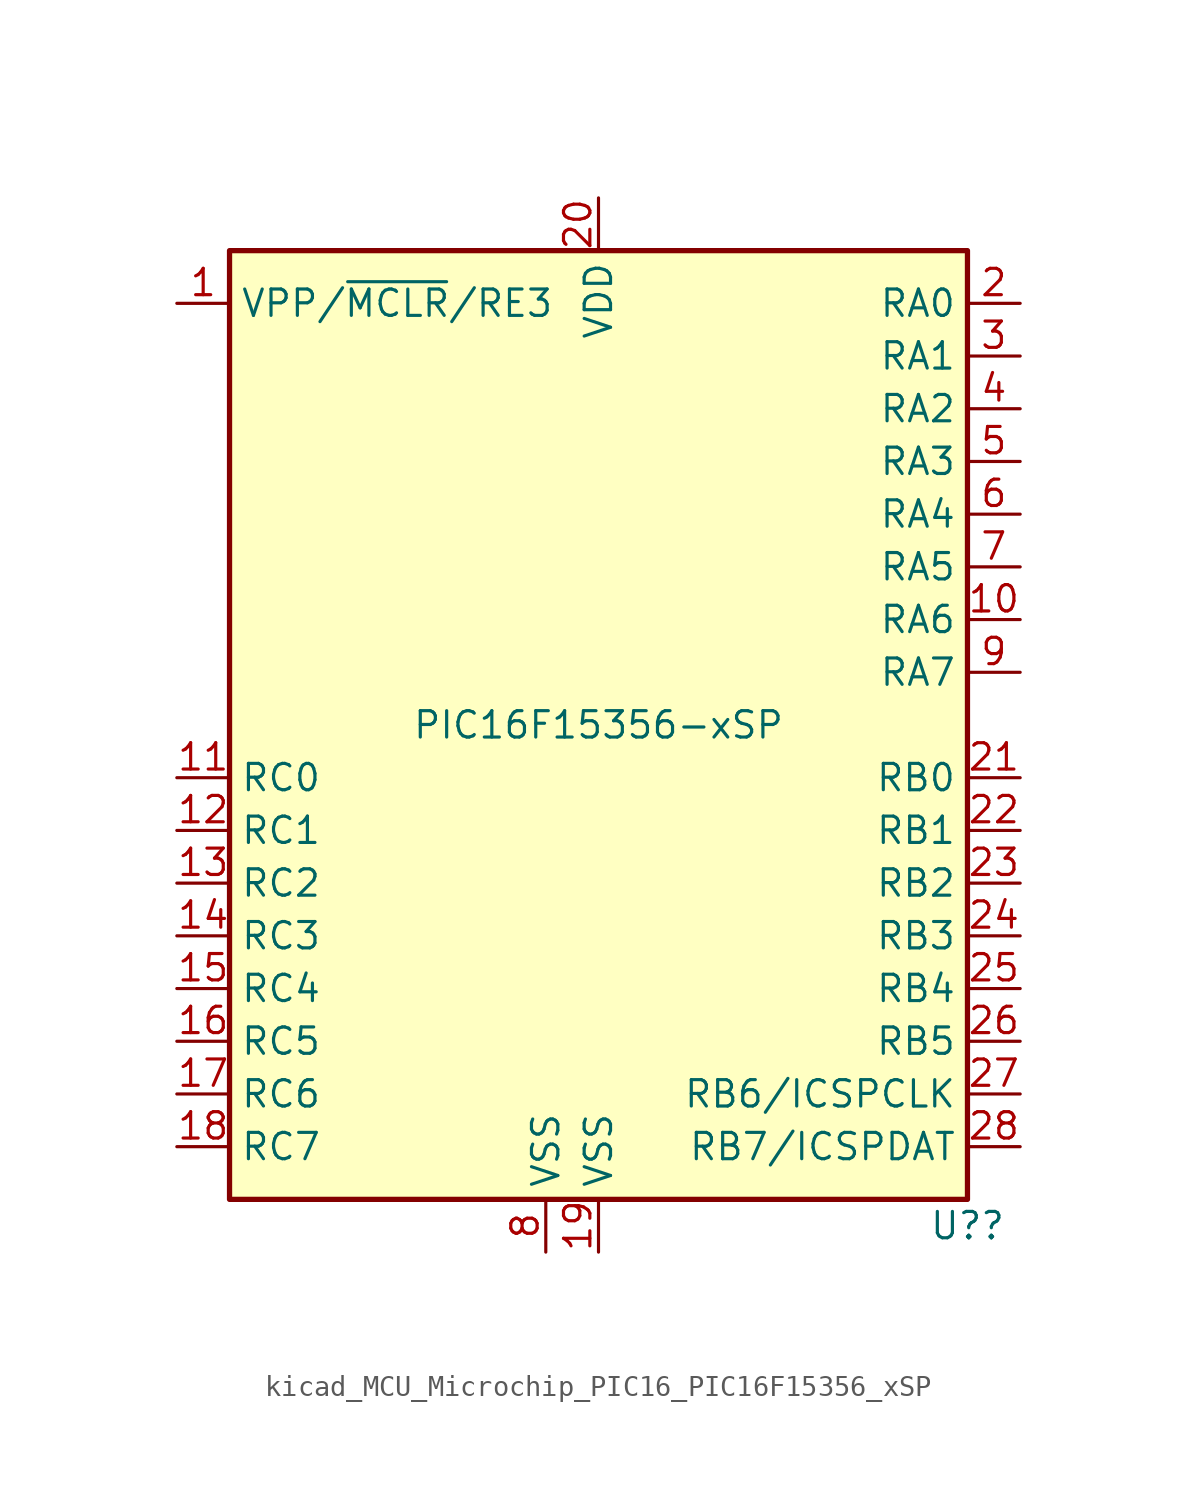
<source format=kicad_sym>
(kicad_symbol_lib
  (version 20220914)
  (generator kicad_symbol_editor)
  (symbol "kicad_MCU_Microchip_PIC16_PIC16F15356_xSP"
    (property "Reference" "U?"
      (at 17.78 -24.13 0)
      (effects (font (size 1.27 1.27))))
    (property "Value" "PIC16F15356-xSP"
      (at 0 0 0)
      (effects (font (size 1.27 1.27))))
    (symbol "kicad_MCU_Microchip_PIC16_PIC16F15356_xSP_0_1"
      (rectangle (start 17.78 22.86) (end -17.78 -22.86) (stroke (width 0.254) (type default)) (fill (type background))))
    (symbol "kicad_MCU_Microchip_PIC16_PIC16F15356_xSP_1_1"
      (pin bidirectional line (at -20.32 20.32 0) (length 2.54) (name "VPP/~{MCLR}/RE3" (effects (font (size 1.27 1.27)))) (number "1" (effects (font (size 1.27 1.27)))))
      (pin bidirectional line (at 20.32 5.08 180) (length 2.54) (name "RA6" (effects (font (size 1.27 1.27)))) (number "10" (effects (font (size 1.27 1.27)))))
      (pin bidirectional line (at -20.32 -2.54 0) (length 2.54) (name "RC0" (effects (font (size 1.27 1.27)))) (number "11" (effects (font (size 1.27 1.27)))))
      (pin bidirectional line (at -20.32 -5.08 0) (length 2.54) (name "RC1" (effects (font (size 1.27 1.27)))) (number "12" (effects (font (size 1.27 1.27)))))
      (pin bidirectional line (at -20.32 -7.62 0) (length 2.54) (name "RC2" (effects (font (size 1.27 1.27)))) (number "13" (effects (font (size 1.27 1.27)))))
      (pin bidirectional line (at -20.32 -10.16 0) (length 2.54) (name "RC3" (effects (font (size 1.27 1.27)))) (number "14" (effects (font (size 1.27 1.27)))))
      (pin bidirectional line (at -20.32 -12.7 0) (length 2.54) (name "RC4" (effects (font (size 1.27 1.27)))) (number "15" (effects (font (size 1.27 1.27)))))
      (pin bidirectional line (at -20.32 -15.24 0) (length 2.54) (name "RC5" (effects (font (size 1.27 1.27)))) (number "16" (effects (font (size 1.27 1.27)))))
      (pin bidirectional line (at -20.32 -17.78 0) (length 2.54) (name "RC6" (effects (font (size 1.27 1.27)))) (number "17" (effects (font (size 1.27 1.27)))))
      (pin bidirectional line (at -20.32 -20.32 0) (length 2.54) (name "RC7" (effects (font (size 1.27 1.27)))) (number "18" (effects (font (size 1.27 1.27)))))
      (pin power_in line (at 0 -25.4 90) (length 2.54) (name "VSS" (effects (font (size 1.27 1.27)))) (number "19" (effects (font (size 1.27 1.27)))))
      (pin bidirectional line (at 20.32 20.32 180) (length 2.54) (name "RA0" (effects (font (size 1.27 1.27)))) (number "2" (effects (font (size 1.27 1.27)))))
      (pin power_in line (at 0 25.4 270) (length 2.54) (name "VDD" (effects (font (size 1.27 1.27)))) (number "20" (effects (font (size 1.27 1.27)))))
      (pin bidirectional line (at 20.32 -2.54 180) (length 2.54) (name "RB0" (effects (font (size 1.27 1.27)))) (number "21" (effects (font (size 1.27 1.27)))))
      (pin bidirectional line (at 20.32 -5.08 180) (length 2.54) (name "RB1" (effects (font (size 1.27 1.27)))) (number "22" (effects (font (size 1.27 1.27)))))
      (pin bidirectional line (at 20.32 -7.62 180) (length 2.54) (name "RB2" (effects (font (size 1.27 1.27)))) (number "23" (effects (font (size 1.27 1.27)))))
      (pin bidirectional line (at 20.32 -10.16 180) (length 2.54) (name "RB3" (effects (font (size 1.27 1.27)))) (number "24" (effects (font (size 1.27 1.27)))))
      (pin bidirectional line (at 20.32 -12.7 180) (length 2.54) (name "RB4" (effects (font (size 1.27 1.27)))) (number "25" (effects (font (size 1.27 1.27)))))
      (pin bidirectional line (at 20.32 -15.24 180) (length 2.54) (name "RB5" (effects (font (size 1.27 1.27)))) (number "26" (effects (font (size 1.27 1.27)))))
      (pin bidirectional line (at 20.32 -17.78 180) (length 2.54) (name "RB6/ICSPCLK" (effects (font (size 1.27 1.27)))) (number "27" (effects (font (size 1.27 1.27)))))
      (pin bidirectional line (at 20.32 -20.32 180) (length 2.54) (name "RB7/ICSPDAT" (effects (font (size 1.27 1.27)))) (number "28" (effects (font (size 1.27 1.27)))))
      (pin bidirectional line (at 20.32 17.78 180) (length 2.54) (name "RA1" (effects (font (size 1.27 1.27)))) (number "3" (effects (font (size 1.27 1.27)))))
      (pin bidirectional line (at 20.32 15.24 180) (length 2.54) (name "RA2" (effects (font (size 1.27 1.27)))) (number "4" (effects (font (size 1.27 1.27)))))
      (pin bidirectional line (at 20.32 12.7 180) (length 2.54) (name "RA3" (effects (font (size 1.27 1.27)))) (number "5" (effects (font (size 1.27 1.27)))))
      (pin bidirectional line (at 20.32 10.16 180) (length 2.54) (name "RA4" (effects (font (size 1.27 1.27)))) (number "6" (effects (font (size 1.27 1.27)))))
      (pin bidirectional line (at 20.32 7.62 180) (length 2.54) (name "RA5" (effects (font (size 1.27 1.27)))) (number "7" (effects (font (size 1.27 1.27)))))
      (pin power_in line (at -2.54 -25.4 90) (length 2.54) (name "VSS" (effects (font (size 1.27 1.27)))) (number "8" (effects (font (size 1.27 1.27)))))
      (pin bidirectional line (at 20.32 2.54 180) (length 2.54) (name "RA7" (effects (font (size 1.27 1.27)))) (number "9" (effects (font (size 1.27 1.27))))))))
</source>
